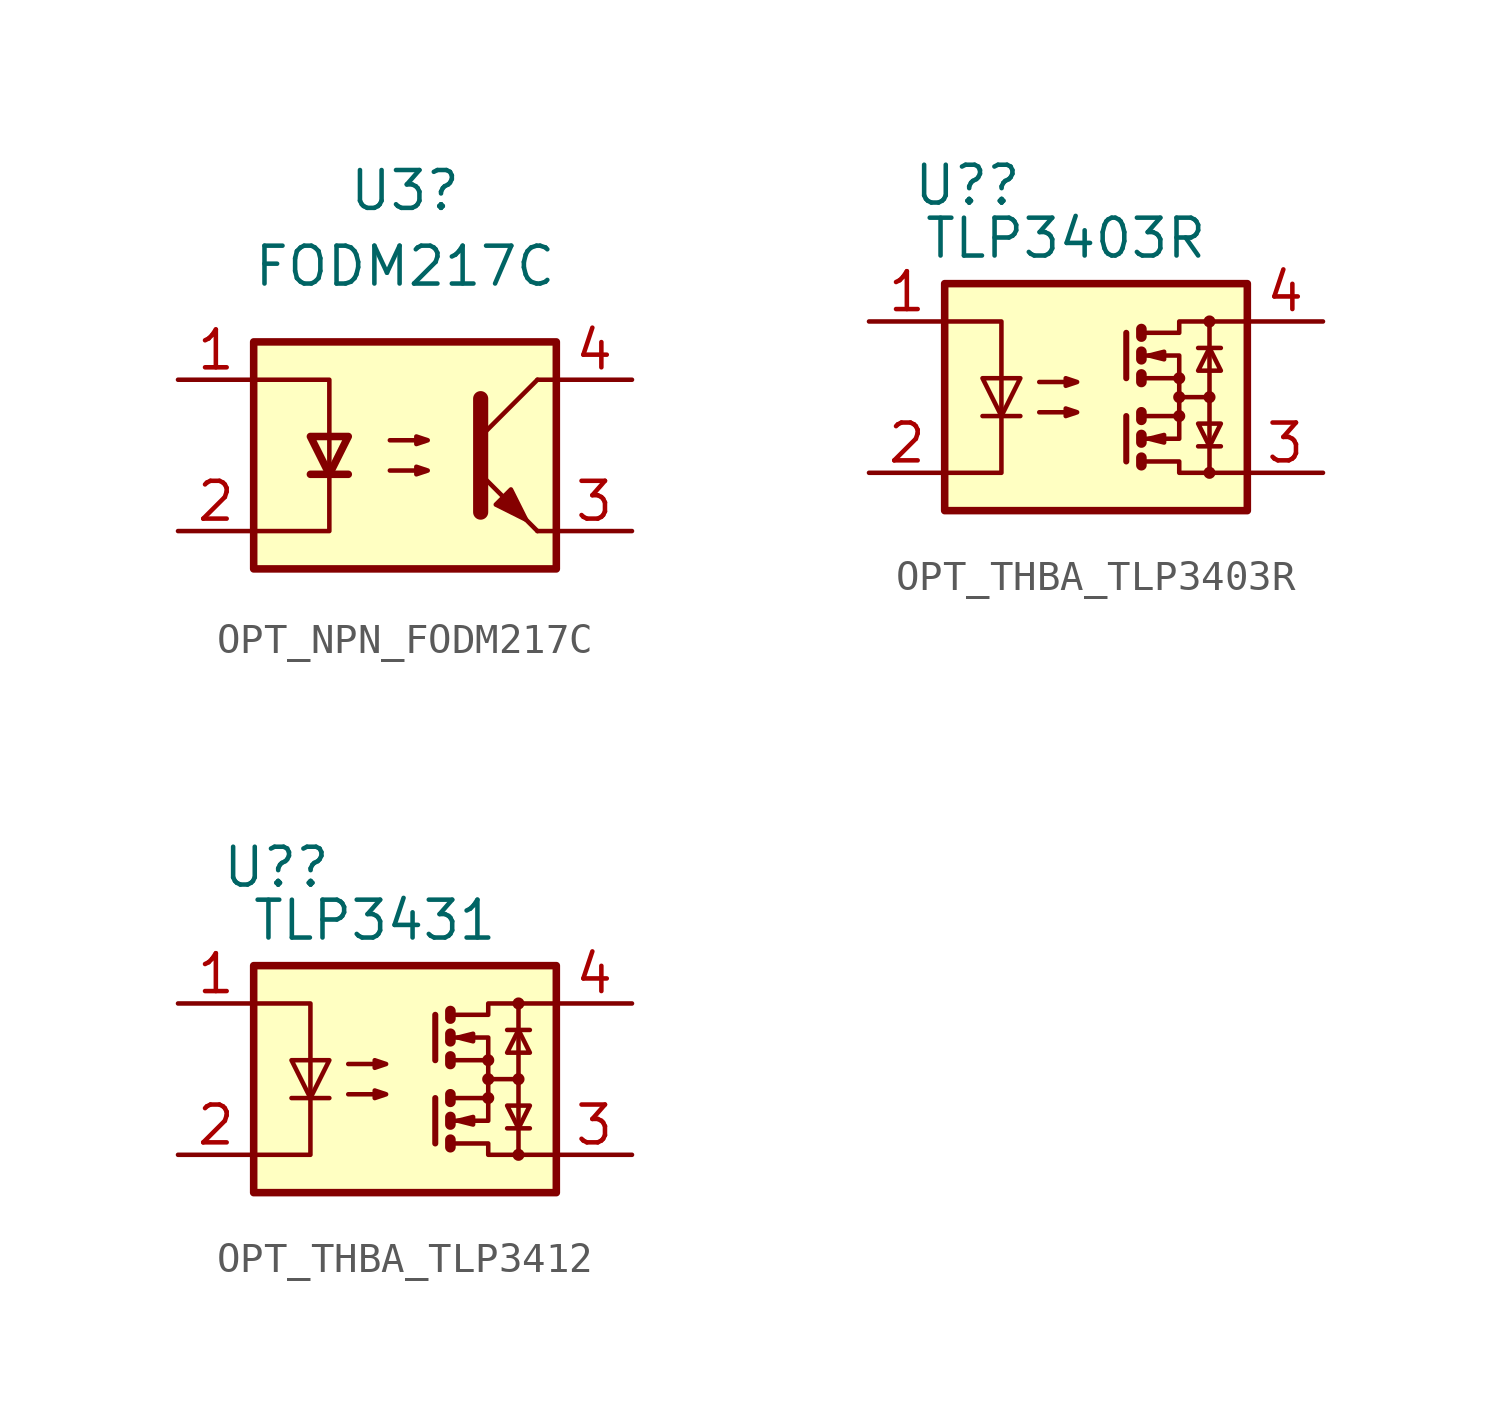
<source format=kicad_sym>
(kicad_symbol_lib
  (version 20231120)
  (generator "kicad_symbol_editor")
  (generator_version "8.0")
  (symbol "OPT_NPN_FODM217C"
    (property "Reference" "U3"
      (at 0 8.89 0)
      (effects (font (size 1.27 1.27))))
    (property "Value" "FODM217C"
      (at 0 6.35 0)
      (effects (font (size 1.27 1.27))))
    (symbol "OPT_NPN_FODM217C_0_1"
      (rectangle (start -5.08 3.81) (end 5.08 -3.81) (stroke (width 0.254) (type default)) (fill (type background)))
      (polyline (pts (xy -3.175 -0.635) (xy -1.905 -0.635)) (stroke (width 0.254) (type default)) (fill (type none)))
      (polyline (pts (xy 2.54 0.635) (xy 4.445 2.54)) (stroke (width 0) (type default)) (fill (type none)))
      (polyline (pts (xy 4.445 -2.54) (xy 2.54 -0.635)) (stroke (width 0) (type default)) (fill (type outline)))
      (polyline (pts (xy 4.445 -2.54) (xy 5.08 -2.54)) (stroke (width 0) (type default)) (fill (type none)))
      (polyline (pts (xy 4.445 2.54) (xy 5.08 2.54)) (stroke (width 0) (type default)) (fill (type none)))
      (polyline (pts (xy -5.08 2.54) (xy -2.54 2.54) (xy -2.54 -0.635)) (stroke (width 0) (type default)) (fill (type none)))
      (polyline (pts (xy -2.54 -0.635) (xy -2.54 -2.54) (xy -5.08 -2.54)) (stroke (width 0) (type default)) (fill (type none)))
      (polyline (pts (xy 2.54 1.905) (xy 2.54 -1.905) (xy 2.54 -1.905)) (stroke (width 0.508) (type default)) (fill (type none)))
      (polyline (pts (xy -2.54 -0.635) (xy -3.175 0.635) (xy -1.905 0.635) (xy -2.54 -0.635)) (stroke (width 0.254) (type default)) (fill (type none)))
      (polyline (pts (xy -0.508 -0.508) (xy 0.762 -0.508) (xy 0.381 -0.635) (xy 0.381 -0.381) (xy 0.762 -0.508)) (stroke (width 0) (type default)) (fill (type none)))
      (polyline (pts (xy -0.508 0.508) (xy 0.762 0.508) (xy 0.381 0.381) (xy 0.381 0.635) (xy 0.762 0.508)) (stroke (width 0) (type default)) (fill (type none)))
      (polyline (pts (xy 3.048 -1.651) (xy 3.556 -1.143) (xy 4.064 -2.159) (xy 3.048 -1.651) (xy 3.048 -1.651)) (stroke (width 0) (type default)) (fill (type outline))))
    (symbol "OPT_NPN_FODM217C_1_1"
      (pin passive line (at -7.62 2.54 0) (length 2.54) (name "~" (effects (font (size 1.27 1.27)))) (number "1" (effects (font (size 1.27 1.27)))))
      (pin passive line (at -7.62 -2.54 0) (length 2.54) (name "~" (effects (font (size 1.27 1.27)))) (number "2" (effects (font (size 1.27 1.27)))))
      (pin passive line (at 7.62 -2.54 180) (length 2.54) (name "~" (effects (font (size 1.27 1.27)))) (number "3" (effects (font (size 1.27 1.27)))))
      (pin passive line (at 7.62 2.54 180) (length 2.54) (name "~" (effects (font (size 1.27 1.27)))) (number "4" (effects (font (size 1.27 1.27)))))))
  (symbol "OPT_THBA_TLP3403R"
    (property "Reference" "U?"
      (at -4.318 7.112 0)
      (effects (font (size 1.27 1.27))))
    (property "Value" "TLP3403R"
      (at -1.016 5.334 0)
      (effects (font (size 1.27 1.27))))
    (symbol "OPT_THBA_TLP3403R_0_1"
      (rectangle (start -5.08 3.81) (end 5.08 -3.81) (stroke (width 0.254) (type default)) (fill (type background)))
      (polyline (pts (xy -3.81 -0.635) (xy -2.54 -0.635)) (stroke (width 0) (type default)) (fill (type none)))
      (polyline (pts (xy 1.016 -0.635) (xy 1.016 -2.159)) (stroke (width 0.203) (type default)) (fill (type none)))
      (polyline (pts (xy 1.016 2.159) (xy 1.016 0.635)) (stroke (width 0.203) (type default)) (fill (type none)))
      (polyline (pts (xy 1.524 -0.508) (xy 1.524 -0.762)) (stroke (width 0.356) (type default)) (fill (type none)))
      (polyline (pts (xy 2.794 0) (xy 3.81 0)) (stroke (width 0) (type default)) (fill (type none)))
      (polyline (pts (xy 3.429 -1.651) (xy 4.191 -1.651)) (stroke (width 0) (type default)) (fill (type none)))
      (polyline (pts (xy 3.429 1.651) (xy 4.191 1.651)) (stroke (width 0) (type default)) (fill (type none)))
      (polyline (pts (xy 3.81 -2.54) (xy 3.81 2.54)) (stroke (width 0) (type default)) (fill (type none)))
      (polyline (pts (xy 1.524 -2.032) (xy 1.524 -2.286) (xy 1.524 -2.286)) (stroke (width 0.356) (type default)) (fill (type none)))
      (polyline (pts (xy 1.524 -1.27) (xy 1.524 -1.524) (xy 1.524 -1.524)) (stroke (width 0.356) (type default)) (fill (type none)))
      (polyline (pts (xy 1.524 0.762) (xy 1.524 0.508) (xy 1.524 0.508)) (stroke (width 0.356) (type default)) (fill (type none)))
      (polyline (pts (xy 1.524 1.524) (xy 1.524 1.27) (xy 1.524 1.27)) (stroke (width 0.356) (type default)) (fill (type none)))
      (polyline (pts (xy 1.524 2.286) (xy 1.524 2.032) (xy 1.524 2.032)) (stroke (width 0.356) (type default)) (fill (type none)))
      (polyline (pts (xy 1.651 -1.397) (xy 2.794 -1.397) (xy 2.794 -0.635)) (stroke (width 0) (type default)) (fill (type none)))
      (polyline (pts (xy 1.651 1.397) (xy 2.794 1.397) (xy 2.794 0.635)) (stroke (width 0) (type default)) (fill (type none)))
      (polyline (pts (xy -5.08 2.54) (xy -3.175 2.54) (xy -3.175 -2.54) (xy -5.08 -2.54)) (stroke (width 0) (type default)) (fill (type none)))
      (polyline (pts (xy -3.175 -0.635) (xy -3.81 0.635) (xy -2.54 0.635) (xy -3.175 -0.635)) (stroke (width 0) (type default)) (fill (type none)))
      (polyline (pts (xy 1.651 -2.159) (xy 2.794 -2.159) (xy 2.794 -2.54) (xy 5.08 -2.54)) (stroke (width 0) (type default)) (fill (type none)))
      (polyline (pts (xy 1.651 -0.635) (xy 2.794 -0.635) (xy 2.794 0.635) (xy 1.651 0.635)) (stroke (width 0) (type default)) (fill (type none)))
      (polyline (pts (xy 1.651 2.159) (xy 2.794 2.159) (xy 2.794 2.54) (xy 5.08 2.54)) (stroke (width 0) (type default)) (fill (type none)))
      (polyline (pts (xy 1.778 -1.397) (xy 2.286 -1.27) (xy 2.286 -1.524) (xy 1.778 -1.397)) (stroke (width 0) (type default)) (fill (type none)))
      (polyline (pts (xy 1.778 1.397) (xy 2.286 1.524) (xy 2.286 1.27) (xy 1.778 1.397)) (stroke (width 0) (type default)) (fill (type none)))
      (polyline (pts (xy 3.81 -1.651) (xy 3.429 -0.889) (xy 4.191 -0.889) (xy 3.81 -1.651)) (stroke (width 0) (type default)) (fill (type none)))
      (polyline (pts (xy 3.81 1.651) (xy 3.429 0.889) (xy 4.191 0.889) (xy 3.81 1.651)) (stroke (width 0) (type default)) (fill (type none)))
      (polyline (pts (xy -1.905 -0.508) (xy -0.635 -0.508) (xy -1.016 -0.635) (xy -1.016 -0.381) (xy -0.635 -0.508)) (stroke (width 0) (type default)) (fill (type none)))
      (polyline (pts (xy -1.905 0.508) (xy -0.635 0.508) (xy -1.016 0.381) (xy -1.016 0.635) (xy -0.635 0.508)) (stroke (width 0) (type default)) (fill (type none)))
      (circle (center 2.794 -0.635) (radius 0.127) (stroke (width 0) (type default)) (fill (type none)))
      (circle (center 2.794 0) (radius 0.127) (stroke (width 0) (type default)) (fill (type none)))
      (circle (center 2.794 0.635) (radius 0.127) (stroke (width 0) (type default)) (fill (type none)))
      (circle (center 3.81 -2.54) (radius 0.127) (stroke (width 0) (type default)) (fill (type none)))
      (circle (center 3.81 0) (radius 0.127) (stroke (width 0) (type default)) (fill (type none)))
      (circle (center 3.81 2.54) (radius 0.127) (stroke (width 0) (type default)) (fill (type none))))
    (symbol "OPT_THBA_TLP3403R_1_1"
      (pin passive line (at -7.62 2.54 0) (length 2.54) (name "~" (effects (font (size 1.27 1.27)))) (number "1" (effects (font (size 1.27 1.27)))))
      (pin passive line (at -7.62 -2.54 0) (length 2.54) (name "~" (effects (font (size 1.27 1.27)))) (number "2" (effects (font (size 1.27 1.27)))))
      (pin passive line (at 7.62 -2.54 180) (length 2.54) (name "~" (effects (font (size 1.27 1.27)))) (number "3" (effects (font (size 1.27 1.27)))))
      (pin passive line (at 7.62 2.54 180) (length 2.54) (name "~" (effects (font (size 1.27 1.27)))) (number "4" (effects (font (size 1.27 1.27)))))))
  (symbol "OPT_THBA_TLP3412"
    (property "Reference" "U?"
      (at -4.318 7.112 0)
      (effects (font (size 1.27 1.27))))
    (property "Value" "TLP3431"
      (at -1.016 5.334 0)
      (effects (font (size 1.27 1.27))))
    (symbol "OPT_THBA_TLP3412_0_1"
      (rectangle (start -5.08 3.81) (end 5.08 -3.81) (stroke (width 0.254) (type default)) (fill (type background)))
      (polyline (pts (xy -3.81 -0.635) (xy -2.54 -0.635)) (stroke (width 0) (type default)) (fill (type none)))
      (polyline (pts (xy 1.016 -0.635) (xy 1.016 -2.159)) (stroke (width 0.203) (type default)) (fill (type none)))
      (polyline (pts (xy 1.016 2.159) (xy 1.016 0.635)) (stroke (width 0.203) (type default)) (fill (type none)))
      (polyline (pts (xy 1.524 -0.508) (xy 1.524 -0.762)) (stroke (width 0.356) (type default)) (fill (type none)))
      (polyline (pts (xy 2.794 0) (xy 3.81 0)) (stroke (width 0) (type default)) (fill (type none)))
      (polyline (pts (xy 3.429 -1.651) (xy 4.191 -1.651)) (stroke (width 0) (type default)) (fill (type none)))
      (polyline (pts (xy 3.429 1.651) (xy 4.191 1.651)) (stroke (width 0) (type default)) (fill (type none)))
      (polyline (pts (xy 3.81 -2.54) (xy 3.81 2.54)) (stroke (width 0) (type default)) (fill (type none)))
      (polyline (pts (xy 1.524 -2.032) (xy 1.524 -2.286) (xy 1.524 -2.286)) (stroke (width 0.356) (type default)) (fill (type none)))
      (polyline (pts (xy 1.524 -1.27) (xy 1.524 -1.524) (xy 1.524 -1.524)) (stroke (width 0.356) (type default)) (fill (type none)))
      (polyline (pts (xy 1.524 0.762) (xy 1.524 0.508) (xy 1.524 0.508)) (stroke (width 0.356) (type default)) (fill (type none)))
      (polyline (pts (xy 1.524 1.524) (xy 1.524 1.27) (xy 1.524 1.27)) (stroke (width 0.356) (type default)) (fill (type none)))
      (polyline (pts (xy 1.524 2.286) (xy 1.524 2.032) (xy 1.524 2.032)) (stroke (width 0.356) (type default)) (fill (type none)))
      (polyline (pts (xy 1.651 -1.397) (xy 2.794 -1.397) (xy 2.794 -0.635)) (stroke (width 0) (type default)) (fill (type none)))
      (polyline (pts (xy 1.651 1.397) (xy 2.794 1.397) (xy 2.794 0.635)) (stroke (width 0) (type default)) (fill (type none)))
      (polyline (pts (xy -5.08 2.54) (xy -3.175 2.54) (xy -3.175 -2.54) (xy -5.08 -2.54)) (stroke (width 0) (type default)) (fill (type none)))
      (polyline (pts (xy -3.175 -0.635) (xy -3.81 0.635) (xy -2.54 0.635) (xy -3.175 -0.635)) (stroke (width 0) (type default)) (fill (type none)))
      (polyline (pts (xy 1.651 -2.159) (xy 2.794 -2.159) (xy 2.794 -2.54) (xy 5.08 -2.54)) (stroke (width 0) (type default)) (fill (type none)))
      (polyline (pts (xy 1.651 -0.635) (xy 2.794 -0.635) (xy 2.794 0.635) (xy 1.651 0.635)) (stroke (width 0) (type default)) (fill (type none)))
      (polyline (pts (xy 1.651 2.159) (xy 2.794 2.159) (xy 2.794 2.54) (xy 5.08 2.54)) (stroke (width 0) (type default)) (fill (type none)))
      (polyline (pts (xy 1.778 -1.397) (xy 2.286 -1.27) (xy 2.286 -1.524) (xy 1.778 -1.397)) (stroke (width 0) (type default)) (fill (type none)))
      (polyline (pts (xy 1.778 1.397) (xy 2.286 1.524) (xy 2.286 1.27) (xy 1.778 1.397)) (stroke (width 0) (type default)) (fill (type none)))
      (polyline (pts (xy 3.81 -1.651) (xy 3.429 -0.889) (xy 4.191 -0.889) (xy 3.81 -1.651)) (stroke (width 0) (type default)) (fill (type none)))
      (polyline (pts (xy 3.81 1.651) (xy 3.429 0.889) (xy 4.191 0.889) (xy 3.81 1.651)) (stroke (width 0) (type default)) (fill (type none)))
      (polyline (pts (xy -1.905 -0.508) (xy -0.635 -0.508) (xy -1.016 -0.635) (xy -1.016 -0.381) (xy -0.635 -0.508)) (stroke (width 0) (type default)) (fill (type none)))
      (polyline (pts (xy -1.905 0.508) (xy -0.635 0.508) (xy -1.016 0.381) (xy -1.016 0.635) (xy -0.635 0.508)) (stroke (width 0) (type default)) (fill (type none)))
      (circle (center 2.794 -0.635) (radius 0.127) (stroke (width 0) (type default)) (fill (type none)))
      (circle (center 2.794 0) (radius 0.127) (stroke (width 0) (type default)) (fill (type none)))
      (circle (center 2.794 0.635) (radius 0.127) (stroke (width 0) (type default)) (fill (type none)))
      (circle (center 3.81 -2.54) (radius 0.127) (stroke (width 0) (type default)) (fill (type none)))
      (circle (center 3.81 0) (radius 0.127) (stroke (width 0) (type default)) (fill (type none)))
      (circle (center 3.81 2.54) (radius 0.127) (stroke (width 0) (type default)) (fill (type none))))
    (symbol "OPT_THBA_TLP3412_1_1"
      (pin passive line (at -7.62 2.54 0) (length 2.54) (name "~" (effects (font (size 1.27 1.27)))) (number "1" (effects (font (size 1.27 1.27)))))
      (pin passive line (at -7.62 -2.54 0) (length 2.54) (name "~" (effects (font (size 1.27 1.27)))) (number "2" (effects (font (size 1.27 1.27)))))
      (pin passive line (at 7.62 -2.54 180) (length 2.54) (name "~" (effects (font (size 1.27 1.27)))) (number "3" (effects (font (size 1.27 1.27)))))
      (pin passive line (at 7.62 2.54 180) (length 2.54) (name "~" (effects (font (size 1.27 1.27)))) (number "4" (effects (font (size 1.27 1.27))))))))
</source>
